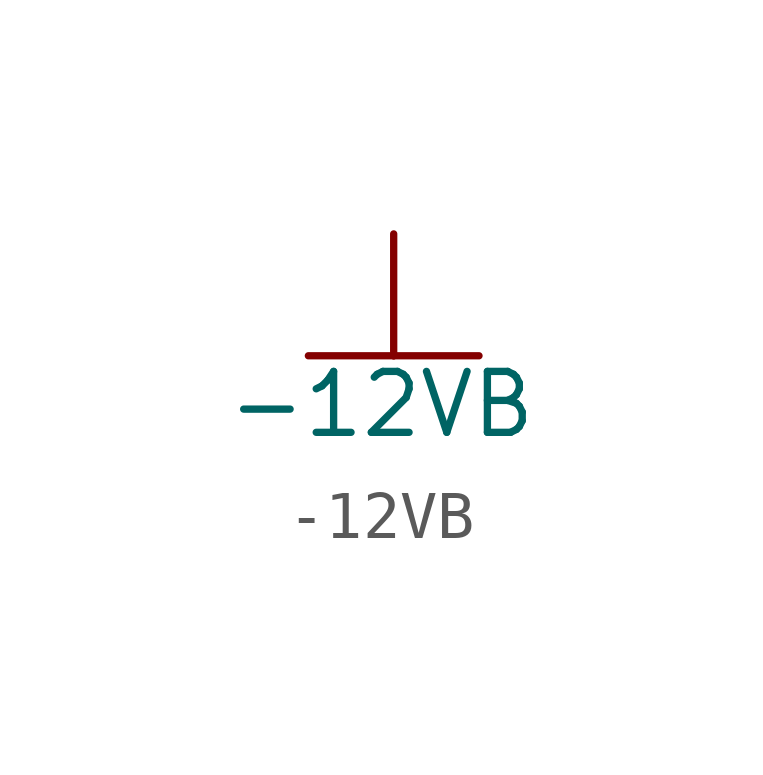
<source format=kicad_sym>
(kicad_symbol_lib
  (version 20220914)
  (generator kicad_symbol_editor)
  (symbol "-12VB"
    (power)
    (pin_numbers hide)
    (pin_names
      (offset 0) hide)
    (property "Reference" "#PWR"
      (at 0 -7.112 0)
      (effects (font (size 1.27 1.27)) hide))
    (property "Value" "-12VB"
      (at -0.254 -3.556 0)
      (effects (font (size 1.27 1.27))))
    (property "Footprint" ""
      (at 0 0 0)
      (effects (font (size 1.524 1.524))))
    (property "Datasheet" ""
      (at 0 0 0)
      (effects (font (size 1.524 1.524))))
    (symbol "-12VB_0_1"
      (polyline (pts (xy -1.778 -2.54) (xy 0 -2.54)) (stroke (width 0) (type default)) (fill (type none)))
      (polyline (pts (xy 0 -2.54) (xy 0 0)) (stroke (width 0) (type default)) (fill (type none)))
      (polyline (pts (xy 0 -2.54) (xy 1.778 -2.54)) (stroke (width 0) (type default)) (fill (type none))))
    (symbol "-12VB_1_1"
      (pin power_in line (at 0 0 270) (length 0) hide (name "-12VB" (effects (font (size 1.27 1.27)))) (number "1" (effects (font (size 1.27 1.27))))))))
</source>
